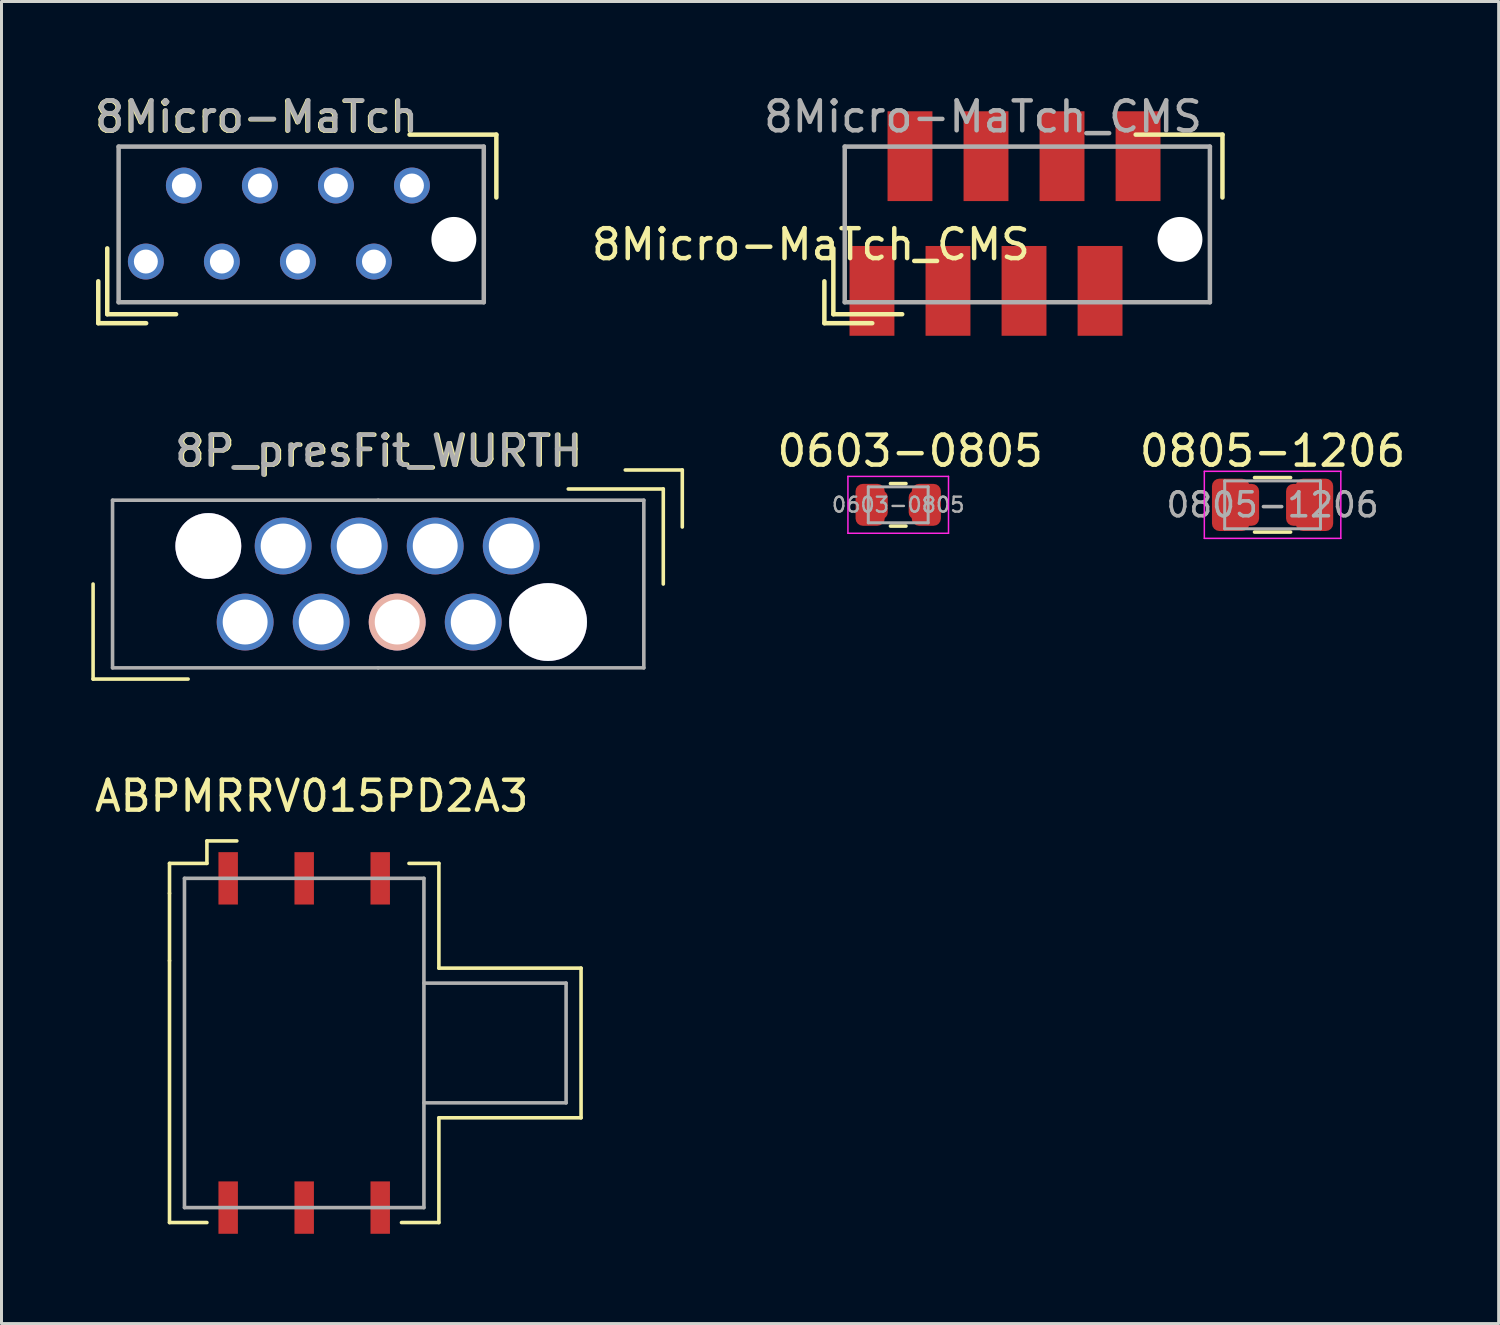
<source format=kicad_pcb>
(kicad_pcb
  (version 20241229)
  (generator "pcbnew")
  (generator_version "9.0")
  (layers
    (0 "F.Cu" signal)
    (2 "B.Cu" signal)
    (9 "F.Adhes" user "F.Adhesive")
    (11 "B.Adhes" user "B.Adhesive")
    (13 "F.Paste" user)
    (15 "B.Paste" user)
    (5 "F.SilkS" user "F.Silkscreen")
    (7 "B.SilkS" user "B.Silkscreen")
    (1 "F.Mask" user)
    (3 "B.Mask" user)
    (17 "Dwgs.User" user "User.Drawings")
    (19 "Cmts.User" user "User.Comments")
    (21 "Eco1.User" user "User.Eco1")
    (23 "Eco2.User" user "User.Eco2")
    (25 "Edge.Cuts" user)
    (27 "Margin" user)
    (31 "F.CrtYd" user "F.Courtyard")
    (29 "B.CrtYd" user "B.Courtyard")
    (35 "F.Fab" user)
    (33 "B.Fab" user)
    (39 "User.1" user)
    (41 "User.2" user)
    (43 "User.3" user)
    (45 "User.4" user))
  (footprint "ABPMRRV015PD2A3"
    (layer "F.Cu")
    (at 7.113 31.795)
    (property "Reference" "ABPMRRV015PD2A3" (at 0.25 -8.25 0) (layer "F.SilkS") (effects (font (size 1 1) (thickness 0.15))))
    (attr through_hole)
    (fp_line (start -4.5 -6) (end -3.25 -6) (stroke (width 0.12) (type solid)) (layer "F.SilkS"))
    (fp_line (start -4.5 -5) (end -4.5 -6) (stroke (width 0.12) (type solid)) (layer "F.SilkS"))
    (fp_line (start -4.5 -5) (end -4.5 -2.75) (stroke (width 0.12) (type solid)) (layer "F.SilkS"))
    (fp_line (start -4.5 -2.75) (end -4.5 6) (stroke (width 0.12) (type solid)) (layer "F.SilkS"))
    (fp_line (start -4.5 6) (end -3.25 6) (stroke (width 0.12) (type solid)) (layer "F.SilkS"))
    (fp_line (start -3.25 -6.75) (end -2.25 -6.75) (stroke (width 0.12) (type solid)) (layer "F.SilkS"))
    (fp_line (start -3.25 -6) (end -3.25 -6.75) (stroke (width 0.12) (type solid)) (layer "F.SilkS"))
    (fp_line (start 3.25 6) (end 4.5 6) (stroke (width 0.12) (type solid)) (layer "F.SilkS"))
    (fp_line (start 3.5 -6) (end 4.5 -6) (stroke (width 0.12) (type solid)) (layer "F.SilkS"))
    (fp_line (start 4.5 -6) (end 4.5 -2.5) (stroke (width 0.12) (type solid)) (layer "F.SilkS"))
    (fp_line (start 4.5 -2.5) (end 9.25 -2.5) (stroke (width 0.12) (type solid)) (layer "F.SilkS"))
    (fp_line (start 4.5 6) (end 4.5 2.5) (stroke (width 0.12) (type solid)) (layer "F.SilkS"))
    (fp_line (start 9.25 -2.5) (end 9.25 2.5) (stroke (width 0.12) (type solid)) (layer "F.SilkS"))
    (fp_line (start 9.25 2.5) (end 4.5 2.5) (stroke (width 0.12) (type solid)) (layer "F.SilkS"))
    (fp_line (start -4 -5.5) (end -4 5.5) (stroke (width 0.12) (type solid)) (layer "F.Fab"))
    (fp_line (start -4 5.5) (end 4 5.5) (stroke (width 0.12) (type solid)) (layer "F.Fab"))
    (fp_line (start 4 -5.5) (end -4 -5.5) (stroke (width 0.12) (type solid)) (layer "F.Fab"))
    (fp_line (start 4 -2) (end 8.75 -2) (stroke (width 0.12) (type solid)) (layer "F.Fab"))
    (fp_line (start 4 5.5) (end 4 -5.5) (stroke (width 0.12) (type solid)) (layer "F.Fab"))
    (fp_line (start 8.75 -2) (end 8.75 2) (stroke (width 0.12) (type solid)) (layer "F.Fab"))
    (fp_line (start 8.75 2) (end 4 2) (stroke (width 0.12) (type solid)) (layer "F.Fab"))
    (pad "1" smd rect (at -2.54 -5.5) (size 0.65 1.75) (layers "F.Cu" "F.Mask" "F.Paste"))
    (pad "2" smd rect (at 0 -5.5) (size 0.65 1.75) (layers "F.Cu" "F.Mask" "F.Paste"))
    (pad "3" smd rect (at 2.54 -5.5) (size 0.65 1.75) (layers "F.Cu" "F.Mask" "F.Paste"))
    (pad "4" smd rect (at 2.54 5.5) (size 0.65 1.75) (layers "F.Cu" "F.Mask" "F.Paste"))
    (pad "5" smd rect (at 0 5.5) (size 0.65 1.75) (layers "F.Cu" "F.Mask" "F.Paste"))
    (pad "6" smd rect (at -2.54 5.5) (size 0.65 1.75) (layers "F.Cu" "F.Mask" "F.Paste")))
  (footprint "8Micro-MaTch"
    (layer "F.Cu")
    (at 5.633 3.148)
    (property "Reference" "8Micro-MaTch" (at -0.127 -2.286 0) (layer "F.SilkS") (effects (font (size 1 1) (thickness 0.15))))
    (attr through_hole)
    (fp_line (start -5.4 4.6) (end -5.4 3.2) (stroke (width 0.15) (type solid)) (layer "F.SilkS"))
    (fp_line (start -5.1 2.1) (end -5.1 4.3) (stroke (width 0.15) (type solid)) (layer "F.SilkS"))
    (fp_line (start -5.1 4.3) (end -2.8 4.3) (stroke (width 0.15) (type solid)) (layer "F.SilkS"))
    (fp_line (start -3.8 4.6) (end -5.4 4.6) (stroke (width 0.15) (type solid)) (layer "F.SilkS"))
    (fp_line (start 5 -1.7) (end 7.9 -1.7) (stroke (width 0.15) (type solid)) (layer "F.SilkS"))
    (fp_line (start 7.9 -1.7) (end 7.9 0.4) (stroke (width 0.15) (type solid)) (layer "F.SilkS"))
    (fp_line (start -4.72 -1.3) (end 7.48 -1.3) (stroke (width 0.15) (type solid)) (layer "F.Fab"))
    (fp_line (start -4.72 3.9) (end -4.72 -1.3) (stroke (width 0.15) (type solid)) (layer "F.Fab"))
    (fp_line (start 7.48 -1.3) (end 7.48 3.9) (stroke (width 0.15) (type solid)) (layer "F.Fab"))
    (fp_line (start 7.48 3.9) (end -4.72 3.9) (stroke (width 0.15) (type solid)) (layer "F.Fab"))
    (fp_text user "${REFERENCE}" (at -0.1 -2.3 0) (layer "F.Fab") (effects (font (size 1 1) (thickness 0.15))))
    (pad "" np_thru_hole circle (at 6.48 1.8) (size 1.5 1.5) (drill 1.5) (layers "*.Cu" "*.Mask"))
    (pad "1" thru_hole circle (at -3.81 2.54) (size 1.2 1.2) (drill 0.8) (layers "*.Cu" "*.Mask"))
    (pad "2" thru_hole circle (at -2.54 0) (size 1.2 1.2) (drill 0.8) (layers "*.Cu" "*.Mask"))
    (pad "3" thru_hole circle (at -1.27 2.54) (size 1.2 1.2) (drill 0.8) (layers "*.Cu" "*.Mask"))
    (pad "4" thru_hole circle (at 0 0) (size 1.2 1.2) (drill 0.8) (layers "*.Cu" "*.Mask"))
    (pad "5" thru_hole circle (at 1.27 2.54) (size 1.2 1.2) (drill 0.8) (layers "*.Cu" "*.Mask"))
    (pad "6" thru_hole circle (at 2.54 0) (size 1.2 1.2) (drill 0.8) (layers "*.Cu" "*.Mask"))
    (pad "7" thru_hole circle (at 3.81 2.54) (size 1.2 1.2) (drill 0.8) (layers "*.Cu" "*.Mask"))
    (pad "8" thru_hole circle (at 5.08 0) (size 1.2 1.2) (drill 0.8) (layers "*.Cu" "*.Mask")))
  (footprint "8P_presFit_WURTH"
    (layer "F.Cu")
    (at 9.585 16.462)
    (property "Reference" "8P_presFit_WURTH" (at 0.04 -4.445 0) (layer "F.SilkS") (effects (font (size 1 1) (thickness 0.15))))
    (attr through_hole)
    (fp_line (start -9.525 0) (end -9.525 3.175) (stroke (width 0.12) (type solid)) (layer "F.SilkS"))
    (fp_line (start -9.525 3.175) (end -6.35 3.175) (stroke (width 0.12) (type solid)) (layer "F.SilkS"))
    (fp_line (start 6.35 -3.175) (end 9.525 -3.175) (stroke (width 0.12) (type solid)) (layer "F.SilkS"))
    (fp_line (start 9.525 -3.175) (end 9.525 0) (stroke (width 0.12) (type solid)) (layer "F.SilkS"))
    (fp_line (start 10.16 -3.81) (end 8.255 -3.81) (stroke (width 0.12) (type solid)) (layer "F.SilkS"))
    (fp_line (start 10.16 -1.905) (end 10.16 -3.81) (stroke (width 0.12) (type solid)) (layer "F.SilkS"))
    (fp_line (start -8.875 -2.8) (end -8.875 2.8) (stroke (width 0.12) (type solid)) (layer "F.Fab"))
    (fp_line (start -8.875 2.8) (end 0 2.8) (stroke (width 0.12) (type solid)) (layer "F.Fab"))
    (fp_line (start 0 -2.8) (end -8.875 -2.8) (stroke (width 0.12) (type solid)) (layer "F.Fab"))
    (fp_line (start 0 2.8) (end 8.875 2.8) (stroke (width 0.12) (type solid)) (layer "F.Fab"))
    (fp_line (start 8.875 -2.8) (end 0 -2.8) (stroke (width 0.12) (type solid)) (layer "F.Fab"))
    (fp_line (start 8.875 2.8) (end 8.875 -2.8) (stroke (width 0.12) (type solid)) (layer "F.Fab"))
    (fp_text user "${REFERENCE}" (at 0 -4.445 0) (layer "F.Fab") (effects (font (size 1 1) (thickness 0.15))))
    (pad "" thru_hole circle (at -5.675 -1.27) (size 2.2 2.2) (drill 2.2) (layers "*.Cu" "*.Mask"))
    (pad "" thru_hole circle (at 5.675 1.27) (size 2.6 2.6) (drill 2.6) (layers "*.Cu" "*.Mask"))
    (pad "1" thru_hole circle (at 4.445 -1.27) (size 1.9 1.9) (drill 1.5) (layers "*.Cu" "*.Mask"))
    (pad "2" thru_hole circle (at 3.175 1.27) (size 1.9 1.9) (drill 1.5) (layers "*.Cu" "*.Mask"))
    (pad "3" thru_hole circle (at 1.905 -1.27) (size 1.9 1.9) (drill 1.5) (layers "*.Cu" "*.Mask"))
    (pad "4" thru_hole circle (at 0.635 1.27) (size 1.9 1.9) (drill 1.5) (layers "*.Cu" "*.Mask" "B.SilkS"))
    (pad "5" thru_hole circle (at -0.635 -1.27) (size 1.9 1.9) (drill 1.5) (layers "*.Cu" "*.Mask"))
    (pad "6" thru_hole circle (at -1.905 1.27) (size 1.9 1.9) (drill 1.5) (layers "*.Cu" "*.Mask"))
    (pad "7" thru_hole circle (at -3.175 -1.27) (size 1.9 1.9) (drill 1.5) (layers "*.Cu" "*.Mask" "B.Paste"))
    (pad "8" thru_hole circle (at -4.445 1.27) (size 1.9 1.9) (drill 1.5) (layers "*.Cu" "*.Mask")))
  (footprint "8Micro-MaTch_CMS"
    (layer "F.Cu")
    (at 29.892 3.148)
    (property "Reference" "8Micro-MaTch_CMS" (at -5.85 1.97 0) (layer "F.SilkS") (effects (font (size 1 1) (thickness 0.15))))
    (attr through_hole)
    (fp_line (start -5.4 4.6) (end -5.4 3.2) (stroke (width 0.15) (type solid)) (layer "F.SilkS"))
    (fp_line (start -5.1 2.1) (end -5.1 4.3) (stroke (width 0.15) (type solid)) (layer "F.SilkS"))
    (fp_line (start -5.1 4.3) (end -2.8 4.3) (stroke (width 0.15) (type solid)) (layer "F.SilkS"))
    (fp_line (start -3.8 4.6) (end -5.4 4.6) (stroke (width 0.15) (type solid)) (layer "F.SilkS"))
    (fp_line (start 5 -1.7) (end 7.9 -1.7) (stroke (width 0.15) (type solid)) (layer "F.SilkS"))
    (fp_line (start 7.9 -1.7) (end 7.9 0.4) (stroke (width 0.15) (type solid)) (layer "F.SilkS"))
    (fp_line (start -4.72 -1.3) (end 7.48 -1.3) (stroke (width 0.15) (type solid)) (layer "F.Fab"))
    (fp_line (start -4.72 3.9) (end -4.72 -1.3) (stroke (width 0.15) (type solid)) (layer "F.Fab"))
    (fp_line (start 7.48 -1.3) (end 7.48 3.9) (stroke (width 0.15) (type solid)) (layer "F.Fab"))
    (fp_line (start 7.48 3.9) (end -4.72 3.9) (stroke (width 0.15) (type solid)) (layer "F.Fab"))
    (fp_text user "${REFERENCE}" (at -0.1 -2.3 0) (layer "F.Fab") (effects (font (size 1 1) (thickness 0.15))))
    (pad "" np_thru_hole circle (at 6.48 1.8) (size 1.5 1.5) (drill 1.5) (layers "*.Cu" "*.Mask"))
    (pad "1" smd rect (at -3.81 3.52) (size 1.5 3) (layers "F.Cu" "F.Mask" "F.Paste"))
    (pad "2" smd rect (at -2.54 -0.98) (size 1.5 3) (layers "F.Cu" "F.Mask" "F.Paste"))
    (pad "3" smd rect (at -1.27 3.52) (size 1.5 3) (layers "F.Cu" "F.Mask" "F.Paste"))
    (pad "4" smd rect (at 0 -0.98) (size 1.5 3) (layers "F.Cu" "F.Mask" "F.Paste"))
    (pad "5" smd rect (at 1.27 3.52) (size 1.5 3) (layers "F.Cu" "F.Mask" "F.Paste"))
    (pad "6" smd rect (at 2.54 -0.98) (size 1.5 3) (layers "F.Cu" "F.Mask" "F.Paste"))
    (pad "7" smd rect (at 3.81 3.52) (size 1.5 3) (layers "F.Cu" "F.Mask" "F.Paste"))
    (pad "8" smd rect (at 5.08 -0.98) (size 1.5 3) (layers "F.Cu" "F.Mask" "F.Paste")))
  (footprint "0603-0805"
    (layer "F.Cu")
    (at 26.959 13.816)
    (property "Reference" "0603-0805" (at 0.4 -1.8 0) (layer "F.SilkS") (effects (font (size 1 1) (thickness 0.15))))
    (attr through_hole)
    (fp_line (start -0.259 -0.71) (end 0.259 -0.71) (stroke (width 0.12) (type solid)) (layer "F.SilkS"))
    (fp_line (start -0.259 0.71) (end 0.259 0.71) (stroke (width 0.12) (type solid)) (layer "F.SilkS"))
    (fp_line (start -1.68 -0.95) (end 1.68 -0.95) (stroke (width 0.05) (type solid)) (layer "F.CrtYd"))
    (fp_line (start -1.68 0.95) (end -1.68 -0.95) (stroke (width 0.05) (type solid)) (layer "F.CrtYd"))
    (fp_line (start 1.68 -0.95) (end 1.68 0.95) (stroke (width 0.05) (type solid)) (layer "F.CrtYd"))
    (fp_line (start 1.68 0.95) (end -1.68 0.95) (stroke (width 0.05) (type solid)) (layer "F.CrtYd"))
    (fp_line (start -1 -0.6) (end 1 -0.6) (stroke (width 0.1) (type solid)) (layer "F.Fab"))
    (fp_line (start -1 0.6) (end -1 -0.6) (stroke (width 0.1) (type solid)) (layer "F.Fab"))
    (fp_line (start 1 -0.6) (end 1 0.6) (stroke (width 0.1) (type solid)) (layer "F.Fab"))
    (fp_line (start 1 0.6) (end -1 0.6) (stroke (width 0.1) (type solid)) (layer "F.Fab"))
    (fp_text user "${REFERENCE}" (at 0 0 0) (layer "F.Fab") (effects (font (size 0.5 0.5) (thickness 0.08))))
    (pad "1" smd roundrect (at -0.938 0) (size 0.975 1.4) (layers "F.Cu" "F.Mask" "F.Paste") (roundrect_rratio 0.25))
    (pad "1" smd roundrect (at -0.787 0) (size 0.875 0.95) (layers "F.Cu" "F.Mask" "F.Paste") (roundrect_rratio 0.25))
    (pad "2" smd roundrect (at 0.787 0) (size 0.875 0.95) (layers "F.Cu" "F.Mask" "F.Paste") (roundrect_rratio 0.25))
    (pad "2" smd roundrect (at 0.938 0) (size 0.975 1.4) (layers "F.Cu" "F.Mask" "F.Paste") (roundrect_rratio 0.25)))
  (footprint "0805-1206"
    (layer "F.Cu")
    (at 39.466 13.816)
    (property "Reference" "0805-1206" (at 0 -1.8 0) (layer "F.SilkS") (effects (font (size 1 1) (thickness 0.15))))
    (attr through_hole)
    (fp_line (start -0.602 -0.91) (end 0.602 -0.91) (stroke (width 0.12) (type solid)) (layer "F.SilkS"))
    (fp_line (start -0.602 0.91) (end 0.602 0.91) (stroke (width 0.12) (type solid)) (layer "F.SilkS"))
    (fp_line (start -2.28 -1.12) (end 2.28 -1.12) (stroke (width 0.05) (type solid)) (layer "F.CrtYd"))
    (fp_line (start -2.28 1.12) (end -2.28 -1.12) (stroke (width 0.05) (type solid)) (layer "F.CrtYd"))
    (fp_line (start 2.28 -1.12) (end 2.28 1.12) (stroke (width 0.05) (type solid)) (layer "F.CrtYd"))
    (fp_line (start 2.28 1.12) (end -2.28 1.12) (stroke (width 0.05) (type solid)) (layer "F.CrtYd"))
    (fp_line (start -1.6 -0.8) (end 1.6 -0.8) (stroke (width 0.1) (type solid)) (layer "F.Fab"))
    (fp_line (start -1.6 0.8) (end -1.6 -0.8) (stroke (width 0.1) (type solid)) (layer "F.Fab"))
    (fp_line (start 1.6 -0.8) (end 1.6 0.8) (stroke (width 0.1) (type solid)) (layer "F.Fab"))
    (fp_line (start 1.6 0.8) (end -1.6 0.8) (stroke (width 0.1) (type solid)) (layer "F.Fab"))
    (fp_text user "${REFERENCE}" (at 0 0 0) (layer "F.Fab") (effects (font (size 0.8 0.8) (thickness 0.12))))
    (pad "1" smd roundrect (at -1.4 0) (size 1.25 1.75) (layers "F.Cu" "F.Mask" "F.Paste") (roundrect_rratio 0.2))
    (pad "1" smd roundrect (at -0.938 0) (size 0.975 1.4) (layers "F.Cu" "F.Mask" "F.Paste") (roundrect_rratio 0.25))
    (pad "2" smd roundrect (at 0.938 0) (size 0.975 1.4) (layers "F.Cu" "F.Mask" "F.Paste") (roundrect_rratio 0.25))
    (pad "2" smd roundrect (at 1.4 0) (size 1.25 1.75) (layers "F.Cu" "F.Mask" "F.Paste") (roundrect_rratio 0.2)))
  (gr_rect
    (start -3 -3)
    (end 47.019 41.17)
    (stroke (width 0.1) (type default))
    (fill no)
    (layer "Edge.Cuts")))
</source>
